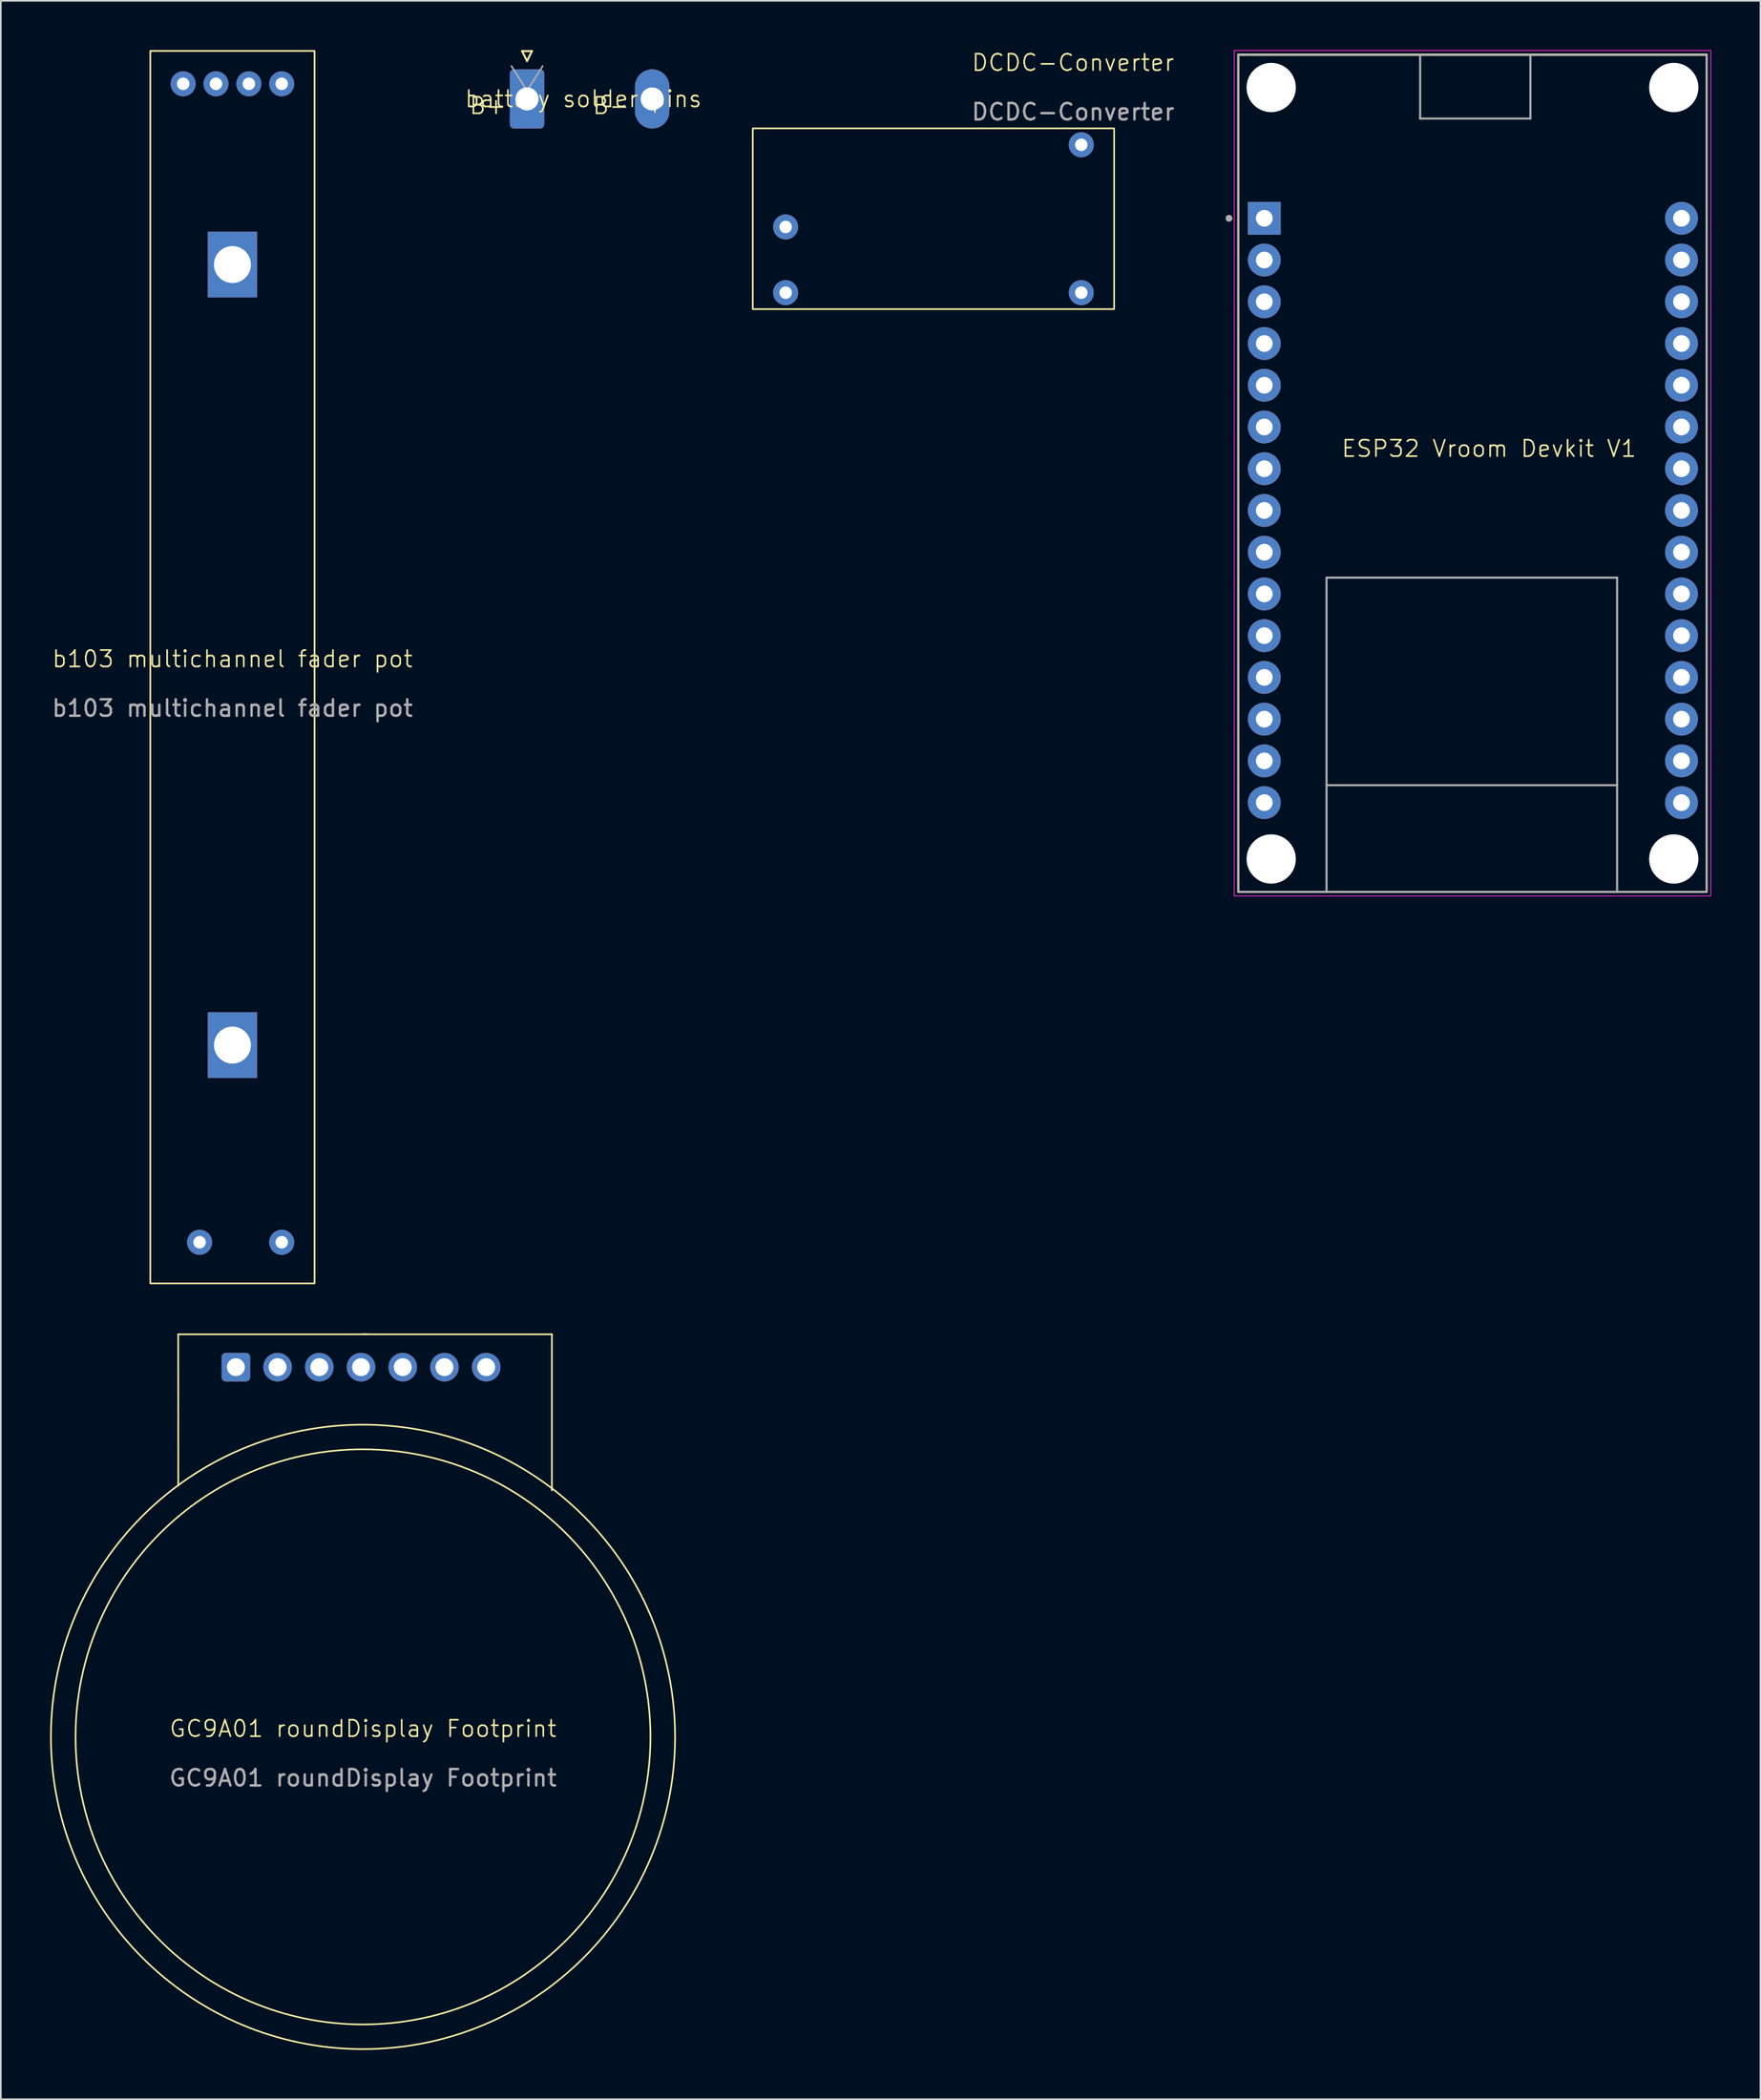
<source format=kicad_pcb>
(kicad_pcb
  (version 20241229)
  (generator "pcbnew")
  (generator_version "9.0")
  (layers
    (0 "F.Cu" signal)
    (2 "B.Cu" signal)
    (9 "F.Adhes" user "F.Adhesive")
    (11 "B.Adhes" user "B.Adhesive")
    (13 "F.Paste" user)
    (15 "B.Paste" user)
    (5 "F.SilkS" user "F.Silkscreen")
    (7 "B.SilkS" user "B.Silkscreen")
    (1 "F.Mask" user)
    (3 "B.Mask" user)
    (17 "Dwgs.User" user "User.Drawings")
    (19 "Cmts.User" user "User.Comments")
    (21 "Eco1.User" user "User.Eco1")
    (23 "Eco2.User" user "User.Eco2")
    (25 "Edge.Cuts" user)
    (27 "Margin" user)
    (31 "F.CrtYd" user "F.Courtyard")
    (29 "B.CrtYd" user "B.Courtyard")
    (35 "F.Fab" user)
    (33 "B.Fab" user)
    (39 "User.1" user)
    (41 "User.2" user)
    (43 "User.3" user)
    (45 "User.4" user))
  (footprint "DCDC-Converter"
    (layer "F.Cu")
    (at 53.781 10.261)
    (property "Reference" "DCDC-Converter" (at 8.5 -9.5 0) (unlocked yes) (layer "F.SilkS") (effects (font (size 1 1) (thickness 0.1))))
    (attr through_hole)
    (fp_rect (start -11 -5.5) (end 11 5.5) (stroke (width 0.1) (type default)) (fill no) (layer "F.SilkS"))
    (fp_text user "${REFERENCE}" (at 8.5 -6.5 0) (unlocked yes) (layer "F.Fab") (effects (font (size 1 1) (thickness 0.15))))
    (pad "1" thru_hole circle (at -9 0.5) (size 1.524 1.524) (drill 0.762) (layers "*.Cu" "*.Mask"))
    (pad "2" thru_hole circle (at -9 4.5) (size 1.524 1.524) (drill 0.762) (layers "*.Cu" "*.Mask"))
    (pad "3" thru_hole circle (at 9 -4.5) (size 1.524 1.524) (drill 0.762) (layers "*.Cu" "*.Mask"))
    (pad "4" thru_hole circle (at 9 4.5) (size 1.524 1.524) (drill 0.762) (layers "*.Cu" "*.Mask")))
  (footprint "b103 multichannel fader pot"
    (layer "F.Cu")
    (at 11.101 37.55)
    (property "Reference" "b103 multichannel fader pot" (at 0 -0.5 0) (unlocked yes) (layer "F.SilkS") (effects (font (size 1 1) (thickness 0.1))))
    (attr through_hole)
    (fp_rect (start -5 -37.5) (end 5 37.5) (stroke (width 0.1) (type default)) (fill no) (layer "F.SilkS"))
    (fp_text user "${REFERENCE}" (at 0 2.5 0) (unlocked yes) (layer "F.Fab") (effects (font (size 1 1) (thickness 0.15))))
    (pad "1" thru_hole circle (at -3 -35.5) (size 1.524 1.524) (drill 0.762) (layers "*.Cu" "*.Mask"))
    (pad "2" thru_hole circle (at -1 -35.5) (size 1.524 1.524) (drill 0.762) (layers "*.Cu" "*.Mask"))
    (pad "3" thru_hole circle (at 1 -35.5) (size 1.524 1.524) (drill 0.762) (layers "*.Cu" "*.Mask"))
    (pad "4" thru_hole circle (at 3 -35.5) (size 1.524 1.524) (drill 0.762) (layers "*.Cu" "*.Mask"))
    (pad "5" thru_hole circle (at -2 35) (size 1.524 1.524) (drill 0.762) (layers "*.Cu" "*.Mask"))
    (pad "6" thru_hole circle (at 3 35) (size 1.524 1.524) (drill 0.762) (layers "*.Cu" "*.Mask"))
    (pad "7" thru_hole rect (at 0 -24.5) (size 3 4) (drill 2.25) (layers "*.Cu" "*.Mask"))
    (pad "7" thru_hole rect (at 0 23) (size 3 4) (drill 2.25) (layers "*.Cu" "*.Mask")))
  (footprint "battery solder pins"
    (layer "F.Cu")
    (at 32.467 2.97)
    (property "Reference" "battery solder pins" (at 0 0 0) (unlocked yes) (layer "F.SilkS") (effects (font (size 1 1) (thickness 0.1))))
    (attr through_hole)
    (fp_line (start -3.73 -2.91) (end -3.13 -2.91) (stroke (width 0.12) (type solid)) (layer "F.SilkS"))
    (fp_line (start -3.43 -2.31) (end -3.73 -2.91) (stroke (width 0.12) (type solid)) (layer "F.SilkS"))
    (fp_line (start -3.13 -2.91) (end -3.43 -2.31) (stroke (width 0.12) (type solid)) (layer "F.SilkS"))
    (fp_line (start -3.43 -0.5) (end -4.38 -2) (stroke (width 0.1) (type solid)) (layer "F.Fab"))
    (fp_line (start -2.48 -2) (end -3.43 -0.5) (stroke (width 0.1) (type solid)) (layer "F.Fab"))
    (fp_text user "B+" (at -7 1 0) (unlocked yes) (layer "F.SilkS") (effects (font (size 1 1) (thickness 0.1)) (justify left bottom)))
    (fp_text user "B-" (at 0.5 1 0) (unlocked yes) (layer "F.SilkS") (effects (font (size 1 1) (thickness 0.1)) (justify left bottom)))
    (pad "1" thru_hole roundrect (at -3.43 0) (size 2.1 3.6) (drill 1.4) (layers "*.Cu" "*.Mask") (roundrect_rratio 0.119))
    (pad "2" thru_hole oval (at 4.19 0) (size 2.1 3.6) (drill 1.4) (layers "*.Cu" "*.Mask")))
  (footprint "GC9A01 roundDisplay Footprint"
    (layer "F.Cu")
    (at 19.05 102.65)
    (property "Reference" "GC9A01 roundDisplay Footprint" (at 0 -0.5 0) (unlocked yes) (layer "F.SilkS") (effects (font (size 1 1) (thickness 0.1))))
    (attr through_hole)
    (fp_line (start -11.25 -24.5) (end -11.246 -15.29) (stroke (width 0.1) (type default)) (layer "F.SilkS"))
    (fp_line (start -11.25 -24.5) (end 0.25 -24.5) (stroke (width 0.1) (type default)) (layer "F.SilkS"))
    (fp_line (start 0 -24.5) (end 11.5 -24.5) (stroke (width 0.1) (type default)) (layer "F.SilkS"))
    (fp_line (start 11.5 -24.5) (end 11.5 -15) (stroke (width 0.1) (type default)) (layer "F.SilkS"))
    (fp_circle (center 0 0) (end 17.5 0) (stroke (width 0.1) (type default)) (fill no) (layer "F.SilkS"))
    (fp_circle (center 0 0) (end 19 0) (stroke (width 0.1) (type default)) (fill no) (layer "F.SilkS"))
    (fp_text user "${REFERENCE}" (at 0 2.5 0) (unlocked yes) (layer "F.Fab") (effects (font (size 1 1) (thickness 0.15))))
    (pad "1" thru_hole roundrect (at -7.74 -22.5) (size 1.74 1.74) (drill 1.09) (layers "*.Cu" "*.Mask") (roundrect_rratio 0.144))
    (pad "2" thru_hole circle (at -5.2 -22.5) (size 1.74 1.74) (drill 1.09) (layers "*.Cu" "*.Mask"))
    (pad "3" thru_hole circle (at -2.66 -22.5) (size 1.74 1.74) (drill 1.09) (layers "*.Cu" "*.Mask"))
    (pad "4" thru_hole circle (at -0.12 -22.5) (size 1.74 1.74) (drill 1.09) (layers "*.Cu" "*.Mask"))
    (pad "5" thru_hole circle (at 2.42 -22.5) (size 1.74 1.74) (drill 1.09) (layers "*.Cu" "*.Mask"))
    (pad "6" thru_hole circle (at 4.96 -22.5) (size 1.74 1.74) (drill 1.09) (layers "*.Cu" "*.Mask"))
    (pad "7" thru_hole circle (at 7.5 -22.5) (size 1.74 1.74) (drill 1.09) (layers "*.Cu" "*.Mask")))
  (footprint "ESP32 Vroom Devkit V1"
    (layer "F.Cu")
    (at 87.603 24.75)
    (property "Reference" "ESP32 Vroom Devkit V1" (at 0 -0.5 0) (unlocked yes) (layer "F.SilkS") (effects (font (size 1 1) (thickness 0.1))))
    (attr through_hole)
    (fp_line (start -15.26 -24.475) (end -4.191 -24.475) (stroke (width 0.127) (type solid)) (layer "F.SilkS"))
    (fp_line (start -15.26 -24.475) (end 13.25 -24.475) (stroke (width 0.127) (type solid)) (layer "F.SilkS"))
    (fp_line (start -15.26 26.475) (end -15.26 -24.475) (stroke (width 0.127) (type solid)) (layer "F.SilkS"))
    (fp_line (start -15.26 26.475) (end -15.26 -24.475) (stroke (width 0.127) (type solid)) (layer "F.SilkS"))
    (fp_line (start -15.26 26.475) (end -9.89 26.475) (stroke (width 0.127) (type solid)) (layer "F.SilkS"))
    (fp_line (start -9.89 26.475) (end 7.8 26.475) (stroke (width 0.127) (type solid)) (layer "F.SilkS"))
    (fp_line (start -4.191 -24.475) (end 2.52 -24.475) (stroke (width 0.127) (type solid)) (layer "F.SilkS"))
    (fp_line (start 2.52 -24.475) (end 13.25 -24.475) (stroke (width 0.127) (type solid)) (layer "F.SilkS"))
    (fp_line (start 7.8 26.475) (end 13.25 26.475) (stroke (width 0.127) (type solid)) (layer "F.SilkS"))
    (fp_line (start 13.25 -24.475) (end 13.25 26.475) (stroke (width 0.127) (type solid)) (layer "F.SilkS"))
    (fp_line (start 13.25 -24.475) (end 13.25 26.475) (stroke (width 0.127) (type solid)) (layer "F.SilkS"))
    (fp_line (start 13.25 26.475) (end -15.26 26.475) (stroke (width 0.127) (type solid)) (layer "F.SilkS"))
    (fp_circle (center -15.83 -14.515) (end -15.73 -14.515) (stroke (width 0.2) (type solid)) (fill no) (layer "F.SilkS"))
    (fp_line (start -15.51 -24.725) (end -15.51 26.725) (stroke (width 0.05) (type solid)) (layer "F.CrtYd"))
    (fp_line (start -15.51 26.725) (end 13.5 26.725) (stroke (width 0.05) (type solid)) (layer "F.CrtYd"))
    (fp_line (start 13.5 -24.725) (end -15.51 -24.725) (stroke (width 0.05) (type solid)) (layer "F.CrtYd"))
    (fp_line (start 13.5 26.725) (end 13.5 -24.725) (stroke (width 0.05) (type solid)) (layer "F.CrtYd"))
    (fp_line (start -15.26 -24.475) (end -4.191 -24.475) (stroke (width 0.127) (type solid)) (layer "F.Fab"))
    (fp_line (start -15.26 26.475) (end -15.26 -24.475) (stroke (width 0.127) (type solid)) (layer "F.Fab"))
    (fp_line (start -15.26 26.475) (end -9.89 26.475) (stroke (width 0.127) (type solid)) (layer "F.Fab"))
    (fp_line (start -9.89 7.355) (end 7.8 7.355) (stroke (width 0.127) (type solid)) (layer "F.Fab"))
    (fp_line (start -9.89 19.985) (end -9.89 7.355) (stroke (width 0.127) (type solid)) (layer "F.Fab"))
    (fp_line (start -9.89 19.985) (end 7.8 19.985) (stroke (width 0.127) (type solid)) (layer "F.Fab"))
    (fp_line (start -9.89 26.475) (end -9.89 19.985) (stroke (width 0.127) (type solid)) (layer "F.Fab"))
    (fp_line (start -9.89 26.475) (end 7.8 26.475) (stroke (width 0.127) (type solid)) (layer "F.Fab"))
    (fp_line (start -4.191 -24.475) (end 2.52 -24.475) (stroke (width 0.127) (type solid)) (layer "F.Fab"))
    (fp_line (start -4.191 -20.585) (end -4.191 -24.475) (stroke (width 0.127) (type solid)) (layer "F.Fab"))
    (fp_line (start 2.52 -24.475) (end 2.52 -20.585) (stroke (width 0.127) (type solid)) (layer "F.Fab"))
    (fp_line (start 2.52 -24.475) (end 13.25 -24.475) (stroke (width 0.127) (type solid)) (layer "F.Fab"))
    (fp_line (start 2.52 -20.585) (end -4.191 -20.585) (stroke (width 0.127) (type solid)) (layer "F.Fab"))
    (fp_line (start 7.8 7.355) (end 7.8 19.985) (stroke (width 0.127) (type solid)) (layer "F.Fab"))
    (fp_line (start 7.8 19.985) (end 7.8 26.475) (stroke (width 0.127) (type solid)) (layer "F.Fab"))
    (fp_line (start 7.8 26.475) (end 13.25 26.475) (stroke (width 0.127) (type solid)) (layer "F.Fab"))
    (fp_line (start 13.25 -24.475) (end 13.25 26.475) (stroke (width 0.127) (type solid)) (layer "F.Fab"))
    (fp_circle (center -15.83 -14.515) (end -15.73 -14.515) (stroke (width 0.2) (type solid)) (fill no) (layer "F.Fab"))
    (pad "" np_thru_hole circle (at -13.26 -22.475) (size 3 3) (drill 3) (layers "*.Cu" "*.Mask"))
    (pad "" np_thru_hole circle (at -13.26 24.475) (size 3 3) (drill 3) (layers "*.Cu" "*.Mask"))
    (pad "" np_thru_hole circle (at 11.25 -22.475) (size 3 3) (drill 3) (layers "*.Cu" "*.Mask"))
    (pad "" np_thru_hole circle (at 11.25 24.475) (size 3 3) (drill 3) (layers "*.Cu" "*.Mask"))
    (pad "1" thru_hole rect (at -13.68 -14.515) (size 2 2) (drill 1.02) (layers "*.Cu" "*.Mask"))
    (pad "2" thru_hole circle (at -13.68 -11.975) (size 2 2) (drill 1.02) (layers "*.Cu" "*.Mask"))
    (pad "3" thru_hole circle (at -13.68 -9.435) (size 2 2) (drill 1.02) (layers "*.Cu" "*.Mask"))
    (pad "4" thru_hole circle (at -13.68 -6.895) (size 2 2) (drill 1.02) (layers "*.Cu" "*.Mask"))
    (pad "5" thru_hole circle (at -13.68 -4.355) (size 2 2) (drill 1.02) (layers "*.Cu" "*.Mask"))
    (pad "6" thru_hole circle (at -13.68 -1.815) (size 2 2) (drill 1.02) (layers "*.Cu" "*.Mask"))
    (pad "7" thru_hole circle (at -13.68 0.725) (size 2 2) (drill 1.02) (layers "*.Cu" "*.Mask"))
    (pad "8" thru_hole circle (at -13.68 3.265) (size 2 2) (drill 1.02) (layers "*.Cu" "*.Mask"))
    (pad "9" thru_hole circle (at -13.68 5.805) (size 2 2) (drill 1.02) (layers "*.Cu" "*.Mask"))
    (pad "10" thru_hole circle (at -13.68 8.345) (size 2 2) (drill 1.02) (layers "*.Cu" "*.Mask"))
    (pad "11" thru_hole circle (at -13.68 10.885) (size 2 2) (drill 1.02) (layers "*.Cu" "*.Mask"))
    (pad "12" thru_hole circle (at -13.68 13.425) (size 2 2) (drill 1.02) (layers "*.Cu" "*.Mask"))
    (pad "13" thru_hole circle (at -13.68 15.965) (size 2 2) (drill 1.02) (layers "*.Cu" "*.Mask"))
    (pad "14" thru_hole circle (at -13.68 18.505) (size 2 2) (drill 1.02) (layers "*.Cu" "*.Mask"))
    (pad "15" thru_hole circle (at -13.68 21.045) (size 2 2) (drill 1.02) (layers "*.Cu" "*.Mask"))
    (pad "16" thru_hole circle (at 11.72 21.045) (size 2 2) (drill 1.02) (layers "*.Cu" "*.Mask"))
    (pad "17" thru_hole circle (at 11.72 18.505) (size 2 2) (drill 1.02) (layers "*.Cu" "*.Mask"))
    (pad "18" thru_hole circle (at 11.72 15.965) (size 2 2) (drill 1.02) (layers "*.Cu" "*.Mask"))
    (pad "19" thru_hole circle (at 11.72 13.425) (size 2 2) (drill 1.02) (layers "*.Cu" "*.Mask"))
    (pad "20" thru_hole circle (at 11.72 10.885) (size 2 2) (drill 1.02) (layers "*.Cu" "*.Mask"))
    (pad "21" thru_hole circle (at 11.72 8.345) (size 2 2) (drill 1.02) (layers "*.Cu" "*.Mask"))
    (pad "22" thru_hole circle (at 11.72 5.805) (size 2 2) (drill 1.02) (layers "*.Cu" "*.Mask"))
    (pad "23" thru_hole circle (at 11.72 3.265) (size 2 2) (drill 1.02) (layers "*.Cu" "*.Mask"))
    (pad "24" thru_hole circle (at 11.72 0.725) (size 2 2) (drill 1.02) (layers "*.Cu" "*.Mask"))
    (pad "25" thru_hole circle (at 11.72 -1.815) (size 2 2) (drill 1.02) (layers "*.Cu" "*.Mask"))
    (pad "26" thru_hole circle (at 11.72 -4.355) (size 2 2) (drill 1.02) (layers "*.Cu" "*.Mask"))
    (pad "27" thru_hole circle (at 11.72 -6.895) (size 2 2) (drill 1.02) (layers "*.Cu" "*.Mask"))
    (pad "28" thru_hole circle (at 11.72 -9.435) (size 2 2) (drill 1.02) (layers "*.Cu" "*.Mask"))
    (pad "29" thru_hole circle (at 11.72 -11.975) (size 2 2) (drill 1.02) (layers "*.Cu" "*.Mask"))
    (pad "30" thru_hole circle (at 11.72 -14.515) (size 2 2) (drill 1.02) (layers "*.Cu" "*.Mask")))
  (gr_rect
    (start -3 -3)
    (end 104.128 124.7)
    (stroke (width 0.1) (type default))
    (fill no)
    (layer "Edge.Cuts")))
</source>
